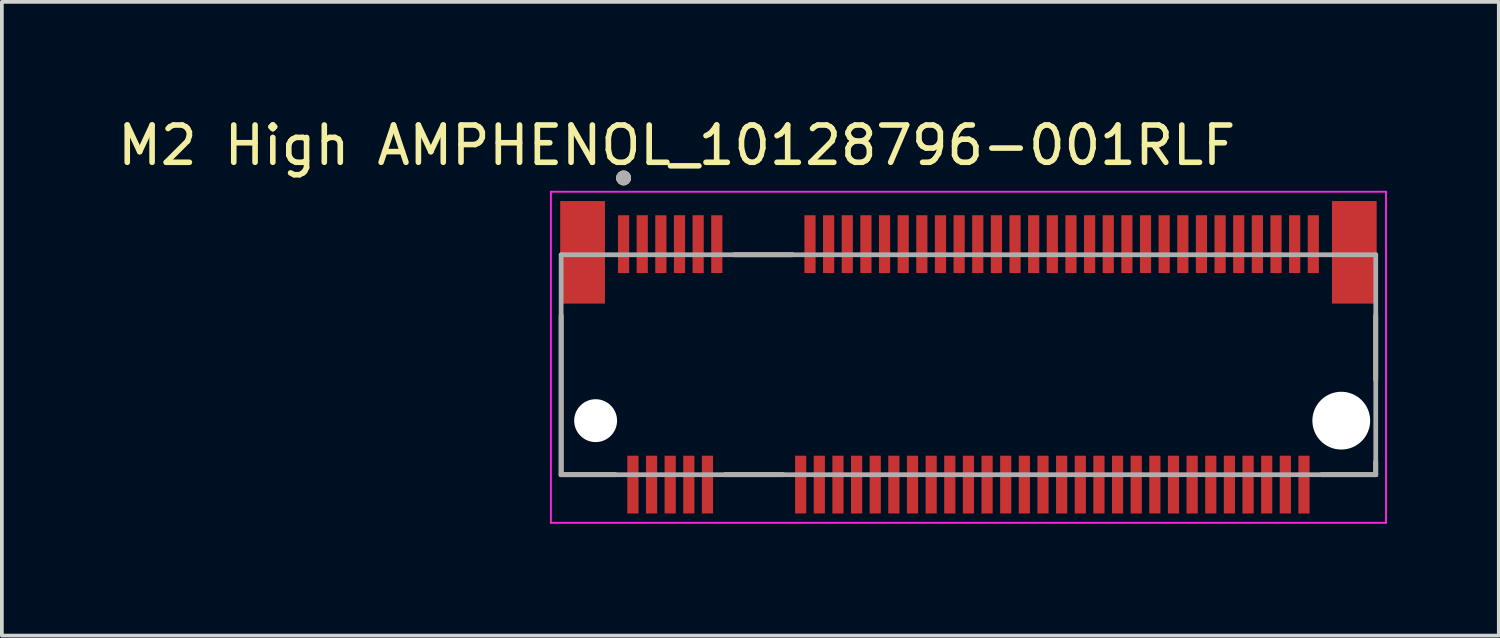
<source format=kicad_pcb>
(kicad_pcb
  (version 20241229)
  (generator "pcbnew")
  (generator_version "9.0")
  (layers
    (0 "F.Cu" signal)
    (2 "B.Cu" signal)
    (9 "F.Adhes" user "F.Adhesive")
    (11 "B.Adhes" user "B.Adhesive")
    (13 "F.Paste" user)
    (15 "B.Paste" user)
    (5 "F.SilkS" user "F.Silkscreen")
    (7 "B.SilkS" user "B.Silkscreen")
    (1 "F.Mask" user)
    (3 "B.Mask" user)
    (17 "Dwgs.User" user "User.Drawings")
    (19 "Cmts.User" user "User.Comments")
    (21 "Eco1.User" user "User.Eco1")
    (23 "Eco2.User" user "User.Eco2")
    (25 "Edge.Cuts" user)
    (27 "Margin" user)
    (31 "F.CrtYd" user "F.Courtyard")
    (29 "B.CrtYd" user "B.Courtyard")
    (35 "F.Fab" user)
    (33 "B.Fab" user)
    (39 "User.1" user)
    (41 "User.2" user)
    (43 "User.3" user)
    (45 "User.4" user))
  (footprint "M2 High AMPHENOL_10128796-001RLF"
    (layer "F.Cu")
    (at 22.926 8.233)
    (property "Reference" "M2 High AMPHENOL_10128796-001RLF" (at -7.825 -7.385 0) (layer "F.SilkS") (effects (font (size 1 1) (thickness 0.15))))
    (attr smd)
    (fp_poly (pts (xy -9.45 -5.56) (xy -9.05 -5.56) (xy -9.05 -3.91) (xy -9.45 -3.91)) (stroke (width 0.01) (type solid)) (fill yes) (layer "F.Mask"))
    (fp_poly (pts (xy -9.2 0.89) (xy -8.8 0.89) (xy -8.8 2.54) (xy -9.2 2.54)) (stroke (width 0.01) (type solid)) (fill yes) (layer "F.Mask"))
    (fp_poly (pts (xy -8.95 -5.56) (xy -8.55 -5.56) (xy -8.55 -3.91) (xy -8.95 -3.91)) (stroke (width 0.01) (type solid)) (fill yes) (layer "F.Mask"))
    (fp_poly (pts (xy -8.7 0.89) (xy -8.3 0.89) (xy -8.3 2.54) (xy -8.7 2.54)) (stroke (width 0.01) (type solid)) (fill yes) (layer "F.Mask"))
    (fp_poly (pts (xy -8.45 -5.56) (xy -8.05 -5.56) (xy -8.05 -3.91) (xy -8.45 -3.91)) (stroke (width 0.01) (type solid)) (fill yes) (layer "F.Mask"))
    (fp_poly (pts (xy -8.2 0.89) (xy -7.8 0.89) (xy -7.8 2.54) (xy -8.2 2.54)) (stroke (width 0.01) (type solid)) (fill yes) (layer "F.Mask"))
    (fp_poly (pts (xy -7.95 -5.56) (xy -7.55 -5.56) (xy -7.55 -3.91) (xy -7.95 -3.91)) (stroke (width 0.01) (type solid)) (fill yes) (layer "F.Mask"))
    (fp_poly (pts (xy -7.7 0.89) (xy -7.3 0.89) (xy -7.3 2.54) (xy -7.7 2.54)) (stroke (width 0.01) (type solid)) (fill yes) (layer "F.Mask"))
    (fp_poly (pts (xy -7.45 -5.56) (xy -7.05 -5.56) (xy -7.05 -3.91) (xy -7.45 -3.91)) (stroke (width 0.01) (type solid)) (fill yes) (layer "F.Mask"))
    (fp_poly (pts (xy -7.2 0.89) (xy -6.8 0.89) (xy -6.8 2.54) (xy -7.2 2.54)) (stroke (width 0.01) (type solid)) (fill yes) (layer "F.Mask"))
    (fp_poly (pts (xy -6.95 -5.56) (xy -6.55 -5.56) (xy -6.55 -3.91) (xy -6.95 -3.91)) (stroke (width 0.01) (type solid)) (fill yes) (layer "F.Mask"))
    (fp_poly (pts (xy -4.7 0.89) (xy -4.3 0.89) (xy -4.3 2.54) (xy -4.7 2.54)) (stroke (width 0.01) (type solid)) (fill yes) (layer "F.Mask"))
    (fp_poly (pts (xy -4.45 -5.56) (xy -4.05 -5.56) (xy -4.05 -3.91) (xy -4.45 -3.91)) (stroke (width 0.01) (type solid)) (fill yes) (layer "F.Mask"))
    (fp_poly (pts (xy -4.2 0.89) (xy -3.8 0.89) (xy -3.8 2.54) (xy -4.2 2.54)) (stroke (width 0.01) (type solid)) (fill yes) (layer "F.Mask"))
    (fp_poly (pts (xy -3.95 -5.56) (xy -3.55 -5.56) (xy -3.55 -3.91) (xy -3.95 -3.91)) (stroke (width 0.01) (type solid)) (fill yes) (layer "F.Mask"))
    (fp_poly (pts (xy -3.7 0.89) (xy -3.3 0.89) (xy -3.3 2.54) (xy -3.7 2.54)) (stroke (width 0.01) (type solid)) (fill yes) (layer "F.Mask"))
    (fp_poly (pts (xy -3.45 -5.56) (xy -3.05 -5.56) (xy -3.05 -3.91) (xy -3.45 -3.91)) (stroke (width 0.01) (type solid)) (fill yes) (layer "F.Mask"))
    (fp_poly (pts (xy -3.2 0.89) (xy -2.8 0.89) (xy -2.8 2.54) (xy -3.2 2.54)) (stroke (width 0.01) (type solid)) (fill yes) (layer "F.Mask"))
    (fp_poly (pts (xy -2.95 -5.56) (xy -2.55 -5.56) (xy -2.55 -3.91) (xy -2.95 -3.91)) (stroke (width 0.01) (type solid)) (fill yes) (layer "F.Mask"))
    (fp_poly (pts (xy -2.7 0.89) (xy -2.3 0.89) (xy -2.3 2.54) (xy -2.7 2.54)) (stroke (width 0.01) (type solid)) (fill yes) (layer "F.Mask"))
    (fp_poly (pts (xy -2.45 -5.56) (xy -2.05 -5.56) (xy -2.05 -3.91) (xy -2.45 -3.91)) (stroke (width 0.01) (type solid)) (fill yes) (layer "F.Mask"))
    (fp_poly (pts (xy -2.2 0.89) (xy -1.8 0.89) (xy -1.8 2.54) (xy -2.2 2.54)) (stroke (width 0.01) (type solid)) (fill yes) (layer "F.Mask"))
    (fp_poly (pts (xy -1.95 -5.56) (xy -1.55 -5.56) (xy -1.55 -3.91) (xy -1.95 -3.91)) (stroke (width 0.01) (type solid)) (fill yes) (layer "F.Mask"))
    (fp_poly (pts (xy -1.7 0.89) (xy -1.3 0.89) (xy -1.3 2.54) (xy -1.7 2.54)) (stroke (width 0.01) (type solid)) (fill yes) (layer "F.Mask"))
    (fp_poly (pts (xy -1.45 -5.56) (xy -1.05 -5.56) (xy -1.05 -3.91) (xy -1.45 -3.91)) (stroke (width 0.01) (type solid)) (fill yes) (layer "F.Mask"))
    (fp_poly (pts (xy -1.2 0.89) (xy -0.8 0.89) (xy -0.8 2.54) (xy -1.2 2.54)) (stroke (width 0.01) (type solid)) (fill yes) (layer "F.Mask"))
    (fp_poly (pts (xy -0.95 -5.56) (xy -0.55 -5.56) (xy -0.55 -3.91) (xy -0.95 -3.91)) (stroke (width 0.01) (type solid)) (fill yes) (layer "F.Mask"))
    (fp_poly (pts (xy -0.7 0.89) (xy -0.3 0.89) (xy -0.3 2.54) (xy -0.7 2.54)) (stroke (width 0.01) (type solid)) (fill yes) (layer "F.Mask"))
    (fp_poly (pts (xy -0.45 -5.56) (xy -0.05 -5.56) (xy -0.05 -3.91) (xy -0.45 -3.91)) (stroke (width 0.01) (type solid)) (fill yes) (layer "F.Mask"))
    (fp_poly (pts (xy -0.2 0.89) (xy 0.2 0.89) (xy 0.2 2.54) (xy -0.2 2.54)) (stroke (width 0.01) (type solid)) (fill yes) (layer "F.Mask"))
    (fp_poly (pts (xy 0.05 -5.56) (xy 0.45 -5.56) (xy 0.45 -3.91) (xy 0.05 -3.91)) (stroke (width 0.01) (type solid)) (fill yes) (layer "F.Mask"))
    (fp_poly (pts (xy 0.3 0.89) (xy 0.7 0.89) (xy 0.7 2.54) (xy 0.3 2.54)) (stroke (width 0.01) (type solid)) (fill yes) (layer "F.Mask"))
    (fp_poly (pts (xy 0.55 -5.56) (xy 0.95 -5.56) (xy 0.95 -3.91) (xy 0.55 -3.91)) (stroke (width 0.01) (type solid)) (fill yes) (layer "F.Mask"))
    (fp_poly (pts (xy 0.8 0.89) (xy 1.2 0.89) (xy 1.2 2.54) (xy 0.8 2.54)) (stroke (width 0.01) (type solid)) (fill yes) (layer "F.Mask"))
    (fp_poly (pts (xy 1.05 -5.56) (xy 1.45 -5.56) (xy 1.45 -3.91) (xy 1.05 -3.91)) (stroke (width 0.01) (type solid)) (fill yes) (layer "F.Mask"))
    (fp_poly (pts (xy 1.3 0.89) (xy 1.7 0.89) (xy 1.7 2.54) (xy 1.3 2.54)) (stroke (width 0.01) (type solid)) (fill yes) (layer "F.Mask"))
    (fp_poly (pts (xy 1.55 -5.56) (xy 1.95 -5.56) (xy 1.95 -3.91) (xy 1.55 -3.91)) (stroke (width 0.01) (type solid)) (fill yes) (layer "F.Mask"))
    (fp_poly (pts (xy 1.8 0.89) (xy 2.2 0.89) (xy 2.2 2.54) (xy 1.8 2.54)) (stroke (width 0.01) (type solid)) (fill yes) (layer "F.Mask"))
    (fp_poly (pts (xy 2.05 -5.56) (xy 2.45 -5.56) (xy 2.45 -3.91) (xy 2.05 -3.91)) (stroke (width 0.01) (type solid)) (fill yes) (layer "F.Mask"))
    (fp_poly (pts (xy 2.3 0.89) (xy 2.7 0.89) (xy 2.7 2.54) (xy 2.3 2.54)) (stroke (width 0.01) (type solid)) (fill yes) (layer "F.Mask"))
    (fp_poly (pts (xy 2.55 -5.56) (xy 2.95 -5.56) (xy 2.95 -3.91) (xy 2.55 -3.91)) (stroke (width 0.01) (type solid)) (fill yes) (layer "F.Mask"))
    (fp_poly (pts (xy 2.8 0.89) (xy 3.2 0.89) (xy 3.2 2.54) (xy 2.8 2.54)) (stroke (width 0.01) (type solid)) (fill yes) (layer "F.Mask"))
    (fp_poly (pts (xy 3.05 -5.56) (xy 3.45 -5.56) (xy 3.45 -3.91) (xy 3.05 -3.91)) (stroke (width 0.01) (type solid)) (fill yes) (layer "F.Mask"))
    (fp_poly (pts (xy 3.3 0.89) (xy 3.7 0.89) (xy 3.7 2.54) (xy 3.3 2.54)) (stroke (width 0.01) (type solid)) (fill yes) (layer "F.Mask"))
    (fp_poly (pts (xy 3.55 -5.56) (xy 3.95 -5.56) (xy 3.95 -3.91) (xy 3.55 -3.91)) (stroke (width 0.01) (type solid)) (fill yes) (layer "F.Mask"))
    (fp_poly (pts (xy 3.8 0.89) (xy 4.2 0.89) (xy 4.2 2.54) (xy 3.8 2.54)) (stroke (width 0.01) (type solid)) (fill yes) (layer "F.Mask"))
    (fp_poly (pts (xy 4.05 -5.56) (xy 4.45 -5.56) (xy 4.45 -3.91) (xy 4.05 -3.91)) (stroke (width 0.01) (type solid)) (fill yes) (layer "F.Mask"))
    (fp_poly (pts (xy 4.3 0.89) (xy 4.7 0.89) (xy 4.7 2.54) (xy 4.3 2.54)) (stroke (width 0.01) (type solid)) (fill yes) (layer "F.Mask"))
    (fp_poly (pts (xy 4.55 -5.56) (xy 4.95 -5.56) (xy 4.95 -3.91) (xy 4.55 -3.91)) (stroke (width 0.01) (type solid)) (fill yes) (layer "F.Mask"))
    (fp_poly (pts (xy 4.8 0.89) (xy 5.2 0.89) (xy 5.2 2.54) (xy 4.8 2.54)) (stroke (width 0.01) (type solid)) (fill yes) (layer "F.Mask"))
    (fp_poly (pts (xy 5.05 -5.56) (xy 5.45 -5.56) (xy 5.45 -3.91) (xy 5.05 -3.91)) (stroke (width 0.01) (type solid)) (fill yes) (layer "F.Mask"))
    (fp_poly (pts (xy 5.3 0.89) (xy 5.7 0.89) (xy 5.7 2.54) (xy 5.3 2.54)) (stroke (width 0.01) (type solid)) (fill yes) (layer "F.Mask"))
    (fp_poly (pts (xy 5.55 -5.56) (xy 5.95 -5.56) (xy 5.95 -3.91) (xy 5.55 -3.91)) (stroke (width 0.01) (type solid)) (fill yes) (layer "F.Mask"))
    (fp_poly (pts (xy 5.8 0.89) (xy 6.2 0.89) (xy 6.2 2.54) (xy 5.8 2.54)) (stroke (width 0.01) (type solid)) (fill yes) (layer "F.Mask"))
    (fp_poly (pts (xy 6.05 -5.56) (xy 6.45 -5.56) (xy 6.45 -3.91) (xy 6.05 -3.91)) (stroke (width 0.01) (type solid)) (fill yes) (layer "F.Mask"))
    (fp_poly (pts (xy 6.3 0.89) (xy 6.7 0.89) (xy 6.7 2.54) (xy 6.3 2.54)) (stroke (width 0.01) (type solid)) (fill yes) (layer "F.Mask"))
    (fp_poly (pts (xy 6.55 -5.56) (xy 6.95 -5.56) (xy 6.95 -3.91) (xy 6.55 -3.91)) (stroke (width 0.01) (type solid)) (fill yes) (layer "F.Mask"))
    (fp_poly (pts (xy 6.8 0.89) (xy 7.2 0.89) (xy 7.2 2.54) (xy 6.8 2.54)) (stroke (width 0.01) (type solid)) (fill yes) (layer "F.Mask"))
    (fp_poly (pts (xy 7.05 -5.56) (xy 7.45 -5.56) (xy 7.45 -3.91) (xy 7.05 -3.91)) (stroke (width 0.01) (type solid)) (fill yes) (layer "F.Mask"))
    (fp_poly (pts (xy 7.3 0.89) (xy 7.7 0.89) (xy 7.7 2.54) (xy 7.3 2.54)) (stroke (width 0.01) (type solid)) (fill yes) (layer "F.Mask"))
    (fp_poly (pts (xy 7.55 -5.56) (xy 7.95 -5.56) (xy 7.95 -3.91) (xy 7.55 -3.91)) (stroke (width 0.01) (type solid)) (fill yes) (layer "F.Mask"))
    (fp_poly (pts (xy 7.8 0.89) (xy 8.2 0.89) (xy 8.2 2.54) (xy 7.8 2.54)) (stroke (width 0.01) (type solid)) (fill yes) (layer "F.Mask"))
    (fp_poly (pts (xy 8.05 -5.56) (xy 8.45 -5.56) (xy 8.45 -3.91) (xy 8.05 -3.91)) (stroke (width 0.01) (type solid)) (fill yes) (layer "F.Mask"))
    (fp_poly (pts (xy 8.3 0.89) (xy 8.7 0.89) (xy 8.7 2.54) (xy 8.3 2.54)) (stroke (width 0.01) (type solid)) (fill yes) (layer "F.Mask"))
    (fp_poly (pts (xy 8.55 -5.56) (xy 8.95 -5.56) (xy 8.95 -3.91) (xy 8.55 -3.91)) (stroke (width 0.01) (type solid)) (fill yes) (layer "F.Mask"))
    (fp_poly (pts (xy 8.8 0.89) (xy 9.2 0.89) (xy 9.2 2.54) (xy 8.8 2.54)) (stroke (width 0.01) (type solid)) (fill yes) (layer "F.Mask"))
    (fp_poly (pts (xy 9.05 -5.56) (xy 9.45 -5.56) (xy 9.45 -3.91) (xy 9.05 -3.91)) (stroke (width 0.01) (type solid)) (fill yes) (layer "F.Mask"))
    (fp_line (start -10.925 1.45) (end -10.925 -2.82) (stroke (width 0.127) (type solid)) (layer "F.SilkS"))
    (fp_line (start -9.47 1.45) (end -10.925 1.45) (stroke (width 0.127) (type solid)) (layer "F.SilkS"))
    (fp_line (start -6.53 1.45) (end -4.97 1.45) (stroke (width 0.127) (type solid)) (layer "F.SilkS"))
    (fp_line (start -6.28 -4.45) (end -4.72 -4.45) (stroke (width 0.127) (type solid)) (layer "F.SilkS"))
    (fp_line (start 10.925 -2.82) (end 10.925 -1.1) (stroke (width 0.127) (type solid)) (layer "F.SilkS"))
    (fp_line (start 10.925 1.1) (end 10.925 1.45) (stroke (width 0.127) (type solid)) (layer "F.SilkS"))
    (fp_line (start 10.925 1.45) (end 9.47 1.45) (stroke (width 0.127) (type solid)) (layer "F.SilkS"))
    (fp_circle (center -9.25 -6.51) (end -9.15 -6.51) (stroke (width 0.2) (type solid)) (fill no) (layer "F.SilkS"))
    (fp_line (start -11.2 -6.14) (end 11.2 -6.14) (stroke (width 0.05) (type solid)) (layer "F.CrtYd"))
    (fp_line (start -11.2 2.74) (end -11.2 -6.14) (stroke (width 0.05) (type solid)) (layer "F.CrtYd"))
    (fp_line (start 11.2 -6.14) (end 11.2 2.74) (stroke (width 0.05) (type solid)) (layer "F.CrtYd"))
    (fp_line (start 11.2 2.74) (end -11.2 2.74) (stroke (width 0.05) (type solid)) (layer "F.CrtYd"))
    (fp_line (start -10.925 -4.45) (end 10.925 -4.45) (stroke (width 0.127) (type solid)) (layer "F.Fab"))
    (fp_line (start -10.925 1.45) (end -10.925 -4.45) (stroke (width 0.127) (type solid)) (layer "F.Fab"))
    (fp_line (start 10.925 -4.45) (end 10.925 1.45) (stroke (width 0.127) (type solid)) (layer "F.Fab"))
    (fp_line (start 10.925 1.45) (end -10.925 1.45) (stroke (width 0.127) (type solid)) (layer "F.Fab"))
    (fp_circle (center -9.25 -6.51) (end -9.15 -6.51) (stroke (width 0.2) (type solid)) (fill no) (layer "F.Fab"))
    (pad "" np_thru_hole circle (at -10 0) (size 1.15 1.15) (drill 1.15) (layers "*.Cu" "*.Mask"))
    (pad "" np_thru_hole circle (at 10 0) (size 1.55 1.55) (drill 1.55) (layers "*.Cu" "*.Mask"))
    (pad "1" smd rect (at -9.25 -4.735) (size 0.3 1.55) (layers "F.Cu" "F.Paste"))
    (pad "2" smd rect (at -9 1.715) (size 0.3 1.55) (layers "F.Cu" "F.Paste"))
    (pad "3" smd rect (at -8.75 -4.735) (size 0.3 1.55) (layers "F.Cu" "F.Paste"))
    (pad "4" smd rect (at -8.5 1.715) (size 0.3 1.55) (layers "F.Cu" "F.Paste"))
    (pad "5" smd rect (at -8.25 -4.735) (size 0.3 1.55) (layers "F.Cu" "F.Paste"))
    (pad "6" smd rect (at -8 1.715) (size 0.3 1.55) (layers "F.Cu" "F.Paste"))
    (pad "7" smd rect (at -7.75 -4.735) (size 0.3 1.55) (layers "F.Cu" "F.Paste"))
    (pad "8" smd rect (at -7.5 1.715) (size 0.3 1.55) (layers "F.Cu" "F.Paste"))
    (pad "9" smd rect (at -7.25 -4.735) (size 0.3 1.55) (layers "F.Cu" "F.Paste"))
    (pad "10" smd rect (at -7 1.715) (size 0.3 1.55) (layers "F.Cu" "F.Paste"))
    (pad "11" smd rect (at -6.75 -4.735) (size 0.3 1.55) (layers "F.Cu" "F.Paste"))
    (pad "20" smd rect (at -4.5 1.715) (size 0.3 1.55) (layers "F.Cu" "F.Paste"))
    (pad "21" smd rect (at -4.25 -4.735) (size 0.3 1.55) (layers "F.Cu" "F.Paste"))
    (pad "22" smd rect (at -4 1.715) (size 0.3 1.55) (layers "F.Cu" "F.Paste"))
    (pad "23" smd rect (at -3.75 -4.735) (size 0.3 1.55) (layers "F.Cu" "F.Paste"))
    (pad "24" smd rect (at -3.5 1.715) (size 0.3 1.55) (layers "F.Cu" "F.Paste"))
    (pad "25" smd rect (at -3.25 -4.735) (size 0.3 1.55) (layers "F.Cu" "F.Paste"))
    (pad "26" smd rect (at -3 1.715) (size 0.3 1.55) (layers "F.Cu" "F.Paste"))
    (pad "27" smd rect (at -2.75 -4.735) (size 0.3 1.55) (layers "F.Cu" "F.Paste"))
    (pad "28" smd rect (at -2.5 1.715) (size 0.3 1.55) (layers "F.Cu" "F.Paste"))
    (pad "29" smd rect (at -2.25 -4.735) (size 0.3 1.55) (layers "F.Cu" "F.Paste"))
    (pad "30" smd rect (at -2 1.715) (size 0.3 1.55) (layers "F.Cu" "F.Paste"))
    (pad "31" smd rect (at -1.75 -4.735) (size 0.3 1.55) (layers "F.Cu" "F.Paste"))
    (pad "32" smd rect (at -1.5 1.715) (size 0.3 1.55) (layers "F.Cu" "F.Paste"))
    (pad "33" smd rect (at -1.25 -4.735) (size 0.3 1.55) (layers "F.Cu" "F.Paste"))
    (pad "34" smd rect (at -1 1.715) (size 0.3 1.55) (layers "F.Cu" "F.Paste"))
    (pad "35" smd rect (at -0.75 -4.735) (size 0.3 1.55) (layers "F.Cu" "F.Paste"))
    (pad "36" smd rect (at -0.5 1.715) (size 0.3 1.55) (layers "F.Cu" "F.Paste"))
    (pad "37" smd rect (at -0.25 -4.735) (size 0.3 1.55) (layers "F.Cu" "F.Paste"))
    (pad "38" smd rect (at 0 1.715) (size 0.3 1.55) (layers "F.Cu" "F.Paste"))
    (pad "39" smd rect (at 0.25 -4.735) (size 0.3 1.55) (layers "F.Cu" "F.Paste"))
    (pad "40" smd rect (at 0.5 1.715) (size 0.3 1.55) (layers "F.Cu" "F.Paste"))
    (pad "41" smd rect (at 0.75 -4.735) (size 0.3 1.55) (layers "F.Cu" "F.Paste"))
    (pad "42" smd rect (at 1 1.715) (size 0.3 1.55) (layers "F.Cu" "F.Paste"))
    (pad "43" smd rect (at 1.25 -4.735) (size 0.3 1.55) (layers "F.Cu" "F.Paste"))
    (pad "44" smd rect (at 1.5 1.715) (size 0.3 1.55) (layers "F.Cu" "F.Paste"))
    (pad "45" smd rect (at 1.75 -4.735) (size 0.3 1.55) (layers "F.Cu" "F.Paste"))
    (pad "46" smd rect (at 2 1.715) (size 0.3 1.55) (layers "F.Cu" "F.Paste"))
    (pad "47" smd rect (at 2.25 -4.735) (size 0.3 1.55) (layers "F.Cu" "F.Paste"))
    (pad "48" smd rect (at 2.5 1.715) (size 0.3 1.55) (layers "F.Cu" "F.Paste"))
    (pad "49" smd rect (at 2.75 -4.735) (size 0.3 1.55) (layers "F.Cu" "F.Paste"))
    (pad "50" smd rect (at 3 1.715) (size 0.3 1.55) (layers "F.Cu" "F.Paste"))
    (pad "51" smd rect (at 3.25 -4.735) (size 0.3 1.55) (layers "F.Cu" "F.Paste"))
    (pad "52" smd rect (at 3.5 1.715) (size 0.3 1.55) (layers "F.Cu" "F.Paste"))
    (pad "53" smd rect (at 3.75 -4.735) (size 0.3 1.55) (layers "F.Cu" "F.Paste"))
    (pad "54" smd rect (at 4 1.715) (size 0.3 1.55) (layers "F.Cu" "F.Paste"))
    (pad "55" smd rect (at 4.25 -4.735) (size 0.3 1.55) (layers "F.Cu" "F.Paste"))
    (pad "56" smd rect (at 4.5 1.715) (size 0.3 1.55) (layers "F.Cu" "F.Paste"))
    (pad "57" smd rect (at 4.75 -4.735) (size 0.3 1.55) (layers "F.Cu" "F.Paste"))
    (pad "58" smd rect (at 5 1.715) (size 0.3 1.55) (layers "F.Cu" "F.Paste"))
    (pad "59" smd rect (at 5.25 -4.735) (size 0.3 1.55) (layers "F.Cu" "F.Paste"))
    (pad "60" smd rect (at 5.5 1.715) (size 0.3 1.55) (layers "F.Cu" "F.Paste"))
    (pad "61" smd rect (at 5.75 -4.735) (size 0.3 1.55) (layers "F.Cu" "F.Paste"))
    (pad "62" smd rect (at 6 1.715) (size 0.3 1.55) (layers "F.Cu" "F.Paste"))
    (pad "63" smd rect (at 6.25 -4.735) (size 0.3 1.55) (layers "F.Cu" "F.Paste"))
    (pad "64" smd rect (at 6.5 1.715) (size 0.3 1.55) (layers "F.Cu" "F.Paste"))
    (pad "65" smd rect (at 6.75 -4.735) (size 0.3 1.55) (layers "F.Cu" "F.Paste"))
    (pad "66" smd rect (at 7 1.715) (size 0.3 1.55) (layers "F.Cu" "F.Paste"))
    (pad "67" smd rect (at 7.25 -4.735) (size 0.3 1.55) (layers "F.Cu" "F.Paste"))
    (pad "68" smd rect (at 7.5 1.715) (size 0.3 1.55) (layers "F.Cu" "F.Paste"))
    (pad "69" smd rect (at 7.75 -4.735) (size 0.3 1.55) (layers "F.Cu" "F.Paste"))
    (pad "70" smd rect (at 8 1.715) (size 0.3 1.55) (layers "F.Cu" "F.Paste"))
    (pad "71" smd rect (at 8.25 -4.735) (size 0.3 1.55) (layers "F.Cu" "F.Paste"))
    (pad "72" smd rect (at 8.5 1.715) (size 0.3 1.55) (layers "F.Cu" "F.Paste"))
    (pad "73" smd rect (at 8.75 -4.735) (size 0.3 1.55) (layers "F.Cu" "F.Paste"))
    (pad "74" smd rect (at 9 1.715) (size 0.3 1.55) (layers "F.Cu" "F.Paste"))
    (pad "75" smd rect (at 9.25 -4.735) (size 0.3 1.55) (layers "F.Cu" "F.Paste"))
    (pad "SH1" smd rect (at -10.35 -4.515) (size 1.2 2.75) (layers "F.Cu" "F.Mask" "F.Paste"))
    (pad "SH2" smd rect (at 10.35 -4.515) (size 1.2 2.75) (layers "F.Cu" "F.Mask" "F.Paste")))
  (gr_rect
    (start -3 -3)
    (end 37.151 13.998)
    (stroke (width 0.1) (type default))
    (fill no)
    (layer "Edge.Cuts")))
</source>
